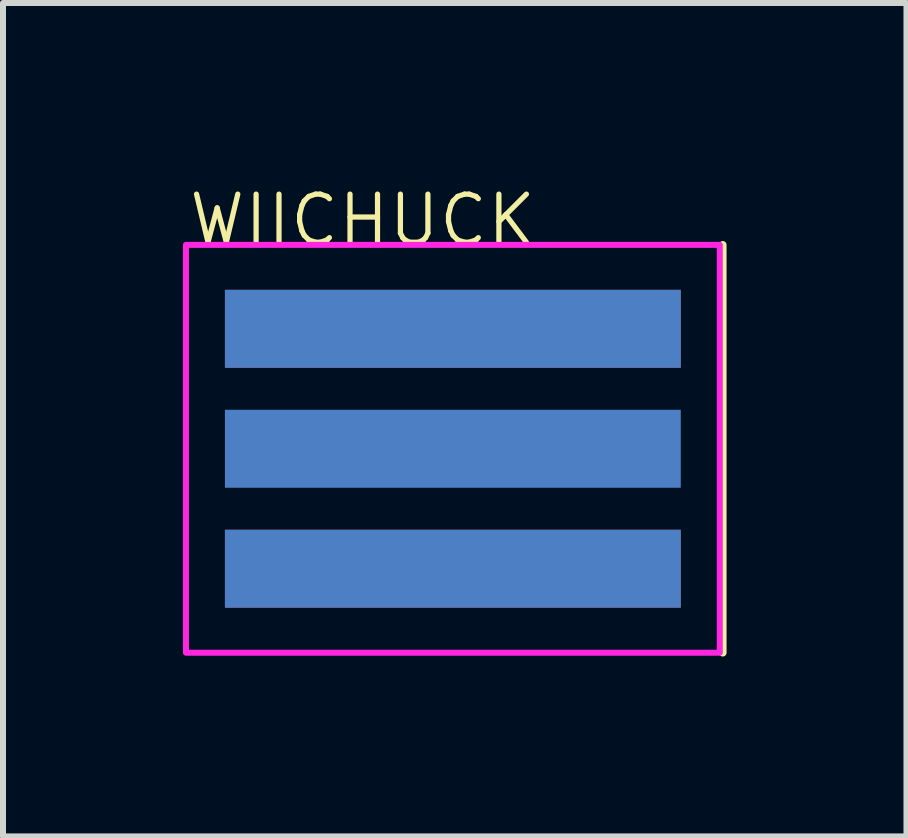
<source format=kicad_pcb>
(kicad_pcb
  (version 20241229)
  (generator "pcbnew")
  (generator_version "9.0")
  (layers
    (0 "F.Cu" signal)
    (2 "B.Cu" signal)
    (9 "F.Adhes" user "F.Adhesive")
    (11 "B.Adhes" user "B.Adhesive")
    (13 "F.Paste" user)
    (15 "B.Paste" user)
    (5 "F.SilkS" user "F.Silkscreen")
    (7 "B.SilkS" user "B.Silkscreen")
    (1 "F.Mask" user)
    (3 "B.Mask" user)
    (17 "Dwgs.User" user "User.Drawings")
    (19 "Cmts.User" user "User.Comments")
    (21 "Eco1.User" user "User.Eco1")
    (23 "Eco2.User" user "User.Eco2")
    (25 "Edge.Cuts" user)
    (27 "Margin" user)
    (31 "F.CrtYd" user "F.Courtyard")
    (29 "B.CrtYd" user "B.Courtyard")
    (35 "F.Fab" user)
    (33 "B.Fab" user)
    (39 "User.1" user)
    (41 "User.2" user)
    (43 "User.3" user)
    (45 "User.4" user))
  (footprint "WIICHUCK"
    (layer "F.Cu")
    (at 4.5 4.432)
    (property "Reference" "WIICHUCK" (at -4.445 -3.81 0) (layer "F.SilkS") (effects (font (size 0.802 0.802) (thickness 0.087)) (justify left)))
    (fp_line (start 4.5 3.4) (end 4.5 -3.4) (stroke (width 0.127) (type solid)) (layer "F.SilkS"))
    (fp_poly (pts (xy -4.45 3.4) (xy 4.45 3.4) (xy 4.45 -3.4) (xy -4.45 -3.4)) (stroke (width 0.1) (type solid)) (fill no) (layer "F.CrtYd"))
    (pad "1" smd rect (at 0 -2) (size 7.6 1.3) (layers "F.Cu" "F.Mask"))
    (pad "2" smd rect (at 0 0 180) (size 7.6 1.3) (layers "B.Cu" "B.Mask"))
    (pad "3" smd rect (at 0 2) (size 7.6 1.3) (layers "F.Cu" "F.Mask"))
    (pad "4" smd rect (at 0 2) (size 7.6 1.3) (layers "B.Cu" "B.Mask"))
    (pad "5" smd rect (at 0 -2) (size 7.6 1.3) (layers "B.Cu" "B.Mask")))
  (gr_rect
    (start -3 -3)
    (end 12.063 10.895)
    (stroke (width 0.1) (type default))
    (fill no)
    (layer "Edge.Cuts")))
</source>
